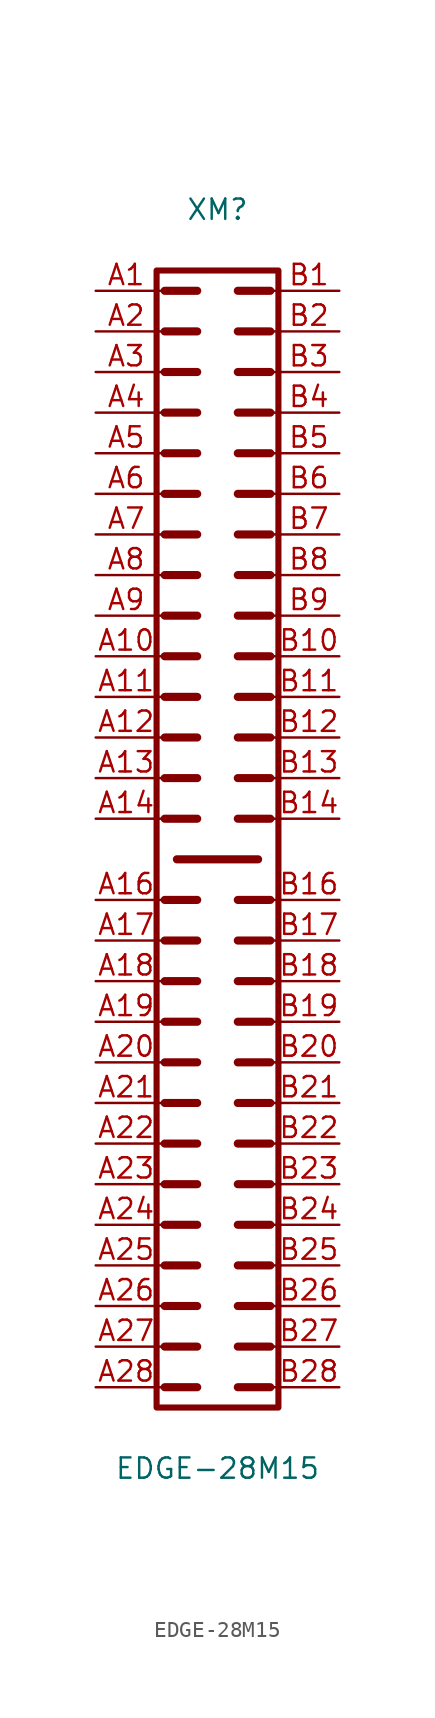
<source format=kicad_sym>
(kicad_symbol_lib
  (version 20231120)
  (generator "kicad_symbol_editor")
  (generator_version "8.0")
  (symbol "EDGE-28M15"
    (pin_names
      (offset 1.016))
    (property "Reference" "XM"
      (at 0 39.37 0)
      (effects (font (size 1.27 1.27))))
    (property "Value" "EDGE-28M15"
      (at 0 -39.37 0)
      (effects (font (size 1.27 1.27))))
    (symbol "EDGE-28M15_0_0"
      (polyline (pts (xy -2.54 -1.27) (xy 2.54 -1.27)) (stroke (width 0.508) (type default)) (fill (type none))))
    (symbol "EDGE-28M15_0_1"
      (rectangle (start -3.81 35.56) (end 3.81 -35.56) (stroke (width 0.381) (type default)) (fill (type none)))
      (polyline (pts (xy -3.81 -34.29) (xy -3.302 -34.29)) (stroke (width 0) (type default)) (fill (type none)))
      (polyline (pts (xy -3.81 -31.75) (xy -3.302 -31.75)) (stroke (width 0) (type default)) (fill (type none)))
      (polyline (pts (xy -3.81 -29.21) (xy -3.302 -29.21)) (stroke (width 0) (type default)) (fill (type none)))
      (polyline (pts (xy -3.81 -26.67) (xy -3.302 -26.67)) (stroke (width 0) (type default)) (fill (type none)))
      (polyline (pts (xy -3.81 -24.13) (xy -3.302 -24.13)) (stroke (width 0) (type default)) (fill (type none)))
      (polyline (pts (xy -3.81 -21.59) (xy -3.302 -21.59)) (stroke (width 0) (type default)) (fill (type none)))
      (polyline (pts (xy -3.81 -19.05) (xy -3.302 -19.05)) (stroke (width 0) (type default)) (fill (type none)))
      (polyline (pts (xy -3.81 -16.51) (xy -3.302 -16.51)) (stroke (width 0) (type default)) (fill (type none)))
      (polyline (pts (xy -3.81 -13.97) (xy -3.302 -13.97)) (stroke (width 0) (type default)) (fill (type none)))
      (polyline (pts (xy -3.81 -11.43) (xy -3.302 -11.43)) (stroke (width 0) (type default)) (fill (type none)))
      (polyline (pts (xy -3.81 -8.89) (xy -3.302 -8.89)) (stroke (width 0) (type default)) (fill (type none)))
      (polyline (pts (xy -3.81 -6.35) (xy -3.302 -6.35)) (stroke (width 0) (type default)) (fill (type none)))
      (polyline (pts (xy -3.81 -3.81) (xy -3.302 -3.81)) (stroke (width 0) (type default)) (fill (type none)))
      (polyline (pts (xy -3.81 1.27) (xy -3.302 1.27)) (stroke (width 0) (type default)) (fill (type none)))
      (polyline (pts (xy -3.81 3.81) (xy -3.302 3.81)) (stroke (width 0) (type default)) (fill (type none)))
      (polyline (pts (xy -3.81 6.35) (xy -3.302 6.35)) (stroke (width 0) (type default)) (fill (type none)))
      (polyline (pts (xy -3.81 8.89) (xy -3.302 8.89)) (stroke (width 0) (type default)) (fill (type none)))
      (polyline (pts (xy -3.81 11.43) (xy -3.302 11.43)) (stroke (width 0) (type default)) (fill (type none)))
      (polyline (pts (xy -3.81 13.97) (xy -3.302 13.97)) (stroke (width 0) (type default)) (fill (type none)))
      (polyline (pts (xy -3.81 16.51) (xy -3.302 16.51)) (stroke (width 0) (type default)) (fill (type none)))
      (polyline (pts (xy -3.81 19.05) (xy -3.302 19.05)) (stroke (width 0) (type default)) (fill (type none)))
      (polyline (pts (xy -3.81 21.59) (xy -3.302 21.59)) (stroke (width 0) (type default)) (fill (type none)))
      (polyline (pts (xy -3.81 24.13) (xy -3.302 24.13)) (stroke (width 0) (type default)) (fill (type none)))
      (polyline (pts (xy -3.81 26.67) (xy -3.302 26.67)) (stroke (width 0) (type default)) (fill (type none)))
      (polyline (pts (xy -3.81 29.21) (xy -3.302 29.21)) (stroke (width 0) (type default)) (fill (type none)))
      (polyline (pts (xy -3.81 31.75) (xy -3.302 31.75)) (stroke (width 0) (type default)) (fill (type none)))
      (polyline (pts (xy -3.81 34.29) (xy -3.302 34.29)) (stroke (width 0) (type default)) (fill (type none)))
      (polyline (pts (xy -3.302 -34.29) (xy -1.27 -34.29)) (stroke (width 0.508) (type default)) (fill (type none)))
      (polyline (pts (xy -3.302 -31.75) (xy -1.27 -31.75)) (stroke (width 0.508) (type default)) (fill (type none)))
      (polyline (pts (xy -3.302 -29.21) (xy -1.27 -29.21)) (stroke (width 0.508) (type default)) (fill (type none)))
      (polyline (pts (xy -3.302 -26.67) (xy -1.27 -26.67)) (stroke (width 0.508) (type default)) (fill (type none)))
      (polyline (pts (xy -3.302 -24.13) (xy -1.27 -24.13)) (stroke (width 0.508) (type default)) (fill (type none)))
      (polyline (pts (xy -3.302 -21.59) (xy -1.27 -21.59)) (stroke (width 0.508) (type default)) (fill (type none)))
      (polyline (pts (xy -3.302 -19.05) (xy -1.27 -19.05)) (stroke (width 0.508) (type default)) (fill (type none)))
      (polyline (pts (xy -3.302 -16.51) (xy -1.27 -16.51)) (stroke (width 0.508) (type default)) (fill (type none)))
      (polyline (pts (xy -3.302 -13.97) (xy -1.27 -13.97)) (stroke (width 0.508) (type default)) (fill (type none)))
      (polyline (pts (xy -3.302 -11.43) (xy -1.27 -11.43)) (stroke (width 0.508) (type default)) (fill (type none)))
      (polyline (pts (xy -3.302 -8.89) (xy -1.27 -8.89)) (stroke (width 0.508) (type default)) (fill (type none)))
      (polyline (pts (xy -3.302 -6.35) (xy -1.27 -6.35)) (stroke (width 0.508) (type default)) (fill (type none)))
      (polyline (pts (xy -3.302 -3.81) (xy -1.27 -3.81)) (stroke (width 0.508) (type default)) (fill (type none)))
      (polyline (pts (xy -3.302 1.27) (xy -1.27 1.27)) (stroke (width 0.508) (type default)) (fill (type none)))
      (polyline (pts (xy -3.302 3.81) (xy -1.27 3.81)) (stroke (width 0.508) (type default)) (fill (type none)))
      (polyline (pts (xy -3.302 6.35) (xy -1.27 6.35)) (stroke (width 0.508) (type default)) (fill (type none)))
      (polyline (pts (xy -3.302 8.89) (xy -1.27 8.89)) (stroke (width 0.508) (type default)) (fill (type none)))
      (polyline (pts (xy -3.302 11.43) (xy -1.27 11.43)) (stroke (width 0.508) (type default)) (fill (type none)))
      (polyline (pts (xy -3.302 13.97) (xy -1.27 13.97)) (stroke (width 0.508) (type default)) (fill (type none)))
      (polyline (pts (xy -3.302 16.51) (xy -1.27 16.51)) (stroke (width 0.508) (type default)) (fill (type none)))
      (polyline (pts (xy -3.302 19.05) (xy -1.27 19.05)) (stroke (width 0.508) (type default)) (fill (type none)))
      (polyline (pts (xy -3.302 21.59) (xy -1.27 21.59)) (stroke (width 0.508) (type default)) (fill (type none)))
      (polyline (pts (xy -3.302 24.13) (xy -1.27 24.13)) (stroke (width 0.508) (type default)) (fill (type none)))
      (polyline (pts (xy -3.302 26.67) (xy -1.27 26.67)) (stroke (width 0.508) (type default)) (fill (type none)))
      (polyline (pts (xy -3.302 29.21) (xy -1.27 29.21)) (stroke (width 0.508) (type default)) (fill (type none)))
      (polyline (pts (xy -3.302 31.75) (xy -1.27 31.75)) (stroke (width 0.508) (type default)) (fill (type none)))
      (polyline (pts (xy -3.302 34.29) (xy -1.27 34.29)) (stroke (width 0.508) (type default)) (fill (type none)))
      (polyline (pts (xy 3.302 -34.29) (xy 1.27 -34.29)) (stroke (width 0.508) (type default)) (fill (type none)))
      (polyline (pts (xy 3.302 -31.75) (xy 1.27 -31.75)) (stroke (width 0.508) (type default)) (fill (type none)))
      (polyline (pts (xy 3.302 -29.21) (xy 1.27 -29.21)) (stroke (width 0.508) (type default)) (fill (type none)))
      (polyline (pts (xy 3.302 -26.67) (xy 1.27 -26.67)) (stroke (width 0.508) (type default)) (fill (type none)))
      (polyline (pts (xy 3.302 -24.13) (xy 1.27 -24.13)) (stroke (width 0.508) (type default)) (fill (type none)))
      (polyline (pts (xy 3.302 -21.59) (xy 1.27 -21.59)) (stroke (width 0.508) (type default)) (fill (type none)))
      (polyline (pts (xy 3.302 -19.05) (xy 1.27 -19.05)) (stroke (width 0.508) (type default)) (fill (type none)))
      (polyline (pts (xy 3.302 -16.51) (xy 1.27 -16.51)) (stroke (width 0.508) (type default)) (fill (type none)))
      (polyline (pts (xy 3.302 -13.97) (xy 1.27 -13.97)) (stroke (width 0.508) (type default)) (fill (type none)))
      (polyline (pts (xy 3.302 -11.43) (xy 1.27 -11.43)) (stroke (width 0.508) (type default)) (fill (type none)))
      (polyline (pts (xy 3.302 -8.89) (xy 1.27 -8.89)) (stroke (width 0.508) (type default)) (fill (type none)))
      (polyline (pts (xy 3.302 -6.35) (xy 1.27 -6.35)) (stroke (width 0.508) (type default)) (fill (type none)))
      (polyline (pts (xy 3.302 -3.81) (xy 1.27 -3.81)) (stroke (width 0.508) (type default)) (fill (type none)))
      (polyline (pts (xy 3.302 1.27) (xy 1.27 1.27)) (stroke (width 0.508) (type default)) (fill (type none)))
      (polyline (pts (xy 3.302 3.81) (xy 1.27 3.81)) (stroke (width 0.508) (type default)) (fill (type none)))
      (polyline (pts (xy 3.302 6.35) (xy 1.27 6.35)) (stroke (width 0.508) (type default)) (fill (type none)))
      (polyline (pts (xy 3.302 8.89) (xy 1.27 8.89)) (stroke (width 0.508) (type default)) (fill (type none)))
      (polyline (pts (xy 3.302 11.43) (xy 1.27 11.43)) (stroke (width 0.508) (type default)) (fill (type none)))
      (polyline (pts (xy 3.302 13.97) (xy 1.27 13.97)) (stroke (width 0.508) (type default)) (fill (type none)))
      (polyline (pts (xy 3.302 16.51) (xy 1.27 16.51)) (stroke (width 0.508) (type default)) (fill (type none)))
      (polyline (pts (xy 3.302 19.05) (xy 1.27 19.05)) (stroke (width 0.508) (type default)) (fill (type none)))
      (polyline (pts (xy 3.302 21.59) (xy 1.27 21.59)) (stroke (width 0.508) (type default)) (fill (type none)))
      (polyline (pts (xy 3.302 24.13) (xy 1.27 24.13)) (stroke (width 0.508) (type default)) (fill (type none)))
      (polyline (pts (xy 3.302 26.67) (xy 1.27 26.67)) (stroke (width 0.508) (type default)) (fill (type none)))
      (polyline (pts (xy 3.302 29.21) (xy 1.27 29.21)) (stroke (width 0.508) (type default)) (fill (type none)))
      (polyline (pts (xy 3.302 31.75) (xy 1.27 31.75)) (stroke (width 0.508) (type default)) (fill (type none)))
      (polyline (pts (xy 3.302 34.29) (xy 1.27 34.29)) (stroke (width 0.508) (type default)) (fill (type none)))
      (polyline (pts (xy 3.81 -34.29) (xy 3.302 -34.29)) (stroke (width 0) (type default)) (fill (type none)))
      (polyline (pts (xy 3.81 -31.75) (xy 3.302 -31.75)) (stroke (width 0) (type default)) (fill (type none)))
      (polyline (pts (xy 3.81 -29.21) (xy 3.302 -29.21)) (stroke (width 0) (type default)) (fill (type none)))
      (polyline (pts (xy 3.81 -26.67) (xy 3.302 -26.67)) (stroke (width 0) (type default)) (fill (type none)))
      (polyline (pts (xy 3.81 -24.13) (xy 3.302 -24.13)) (stroke (width 0) (type default)) (fill (type none)))
      (polyline (pts (xy 3.81 -21.59) (xy 3.302 -21.59)) (stroke (width 0) (type default)) (fill (type none)))
      (polyline (pts (xy 3.81 -19.05) (xy 3.302 -19.05)) (stroke (width 0) (type default)) (fill (type none)))
      (polyline (pts (xy 3.81 -16.51) (xy 3.302 -16.51)) (stroke (width 0) (type default)) (fill (type none)))
      (polyline (pts (xy 3.81 -13.97) (xy 3.302 -13.97)) (stroke (width 0) (type default)) (fill (type none)))
      (polyline (pts (xy 3.81 -11.43) (xy 3.302 -11.43)) (stroke (width 0) (type default)) (fill (type none)))
      (polyline (pts (xy 3.81 -8.89) (xy 3.302 -8.89)) (stroke (width 0) (type default)) (fill (type none)))
      (polyline (pts (xy 3.81 -6.35) (xy 3.302 -6.35)) (stroke (width 0) (type default)) (fill (type none)))
      (polyline (pts (xy 3.81 -3.81) (xy 3.302 -3.81)) (stroke (width 0) (type default)) (fill (type none)))
      (polyline (pts (xy 3.81 1.27) (xy 3.302 1.27)) (stroke (width 0) (type default)) (fill (type none)))
      (polyline (pts (xy 3.81 3.81) (xy 3.302 3.81)) (stroke (width 0) (type default)) (fill (type none)))
      (polyline (pts (xy 3.81 6.35) (xy 3.302 6.35)) (stroke (width 0) (type default)) (fill (type none)))
      (polyline (pts (xy 3.81 8.89) (xy 3.302 8.89)) (stroke (width 0) (type default)) (fill (type none)))
      (polyline (pts (xy 3.81 11.43) (xy 3.302 11.43)) (stroke (width 0) (type default)) (fill (type none)))
      (polyline (pts (xy 3.81 13.97) (xy 3.302 13.97)) (stroke (width 0) (type default)) (fill (type none)))
      (polyline (pts (xy 3.81 16.51) (xy 3.302 16.51)) (stroke (width 0) (type default)) (fill (type none)))
      (polyline (pts (xy 3.81 19.05) (xy 3.302 19.05)) (stroke (width 0) (type default)) (fill (type none)))
      (polyline (pts (xy 3.81 21.59) (xy 3.302 21.59)) (stroke (width 0) (type default)) (fill (type none)))
      (polyline (pts (xy 3.81 24.13) (xy 3.302 24.13)) (stroke (width 0) (type default)) (fill (type none)))
      (polyline (pts (xy 3.81 26.67) (xy 3.302 26.67)) (stroke (width 0) (type default)) (fill (type none)))
      (polyline (pts (xy 3.81 29.21) (xy 3.302 29.21)) (stroke (width 0) (type default)) (fill (type none)))
      (polyline (pts (xy 3.81 31.75) (xy 3.302 31.75)) (stroke (width 0) (type default)) (fill (type none)))
      (polyline (pts (xy 3.81 34.29) (xy 3.302 34.29)) (stroke (width 0) (type default)) (fill (type none))))
    (symbol "EDGE-28M15_1_1"
      (pin passive line (at -7.62 34.29 0) (length 3.81) (name "~" (effects (font (size 1.27 1.27)))) (number "A1" (effects (font (size 1.27 1.27)))))
      (pin passive line (at -7.62 11.43 0) (length 3.81) (name "~" (effects (font (size 1.27 1.27)))) (number "A10" (effects (font (size 1.27 1.27)))))
      (pin passive line (at -7.62 8.89 0) (length 3.81) (name "~" (effects (font (size 1.27 1.27)))) (number "A11" (effects (font (size 1.27 1.27)))))
      (pin passive line (at -7.62 6.35 0) (length 3.81) (name "~" (effects (font (size 1.27 1.27)))) (number "A12" (effects (font (size 1.27 1.27)))))
      (pin passive line (at -7.62 3.81 0) (length 3.81) (name "~" (effects (font (size 1.27 1.27)))) (number "A13" (effects (font (size 1.27 1.27)))))
      (pin passive line (at -7.62 1.27 0) (length 3.81) (name "~" (effects (font (size 1.27 1.27)))) (number "A14" (effects (font (size 1.27 1.27)))))
      (pin passive line (at -7.62 -3.81 0) (length 3.81) (name "~" (effects (font (size 1.27 1.27)))) (number "A16" (effects (font (size 1.27 1.27)))))
      (pin passive line (at -7.62 -6.35 0) (length 3.81) (name "~" (effects (font (size 1.27 1.27)))) (number "A17" (effects (font (size 1.27 1.27)))))
      (pin passive line (at -7.62 -8.89 0) (length 3.81) (name "~" (effects (font (size 1.27 1.27)))) (number "A18" (effects (font (size 1.27 1.27)))))
      (pin passive line (at -7.62 -11.43 0) (length 3.81) (name "~" (effects (font (size 1.27 1.27)))) (number "A19" (effects (font (size 1.27 1.27)))))
      (pin passive line (at -7.62 31.75 0) (length 3.81) (name "~" (effects (font (size 1.27 1.27)))) (number "A2" (effects (font (size 1.27 1.27)))))
      (pin passive line (at -7.62 -13.97 0) (length 3.81) (name "~" (effects (font (size 1.27 1.27)))) (number "A20" (effects (font (size 1.27 1.27)))))
      (pin passive line (at -7.62 -16.51 0) (length 3.81) (name "~" (effects (font (size 1.27 1.27)))) (number "A21" (effects (font (size 1.27 1.27)))))
      (pin passive line (at -7.62 -19.05 0) (length 3.81) (name "~" (effects (font (size 1.27 1.27)))) (number "A22" (effects (font (size 1.27 1.27)))))
      (pin passive line (at -7.62 -21.59 0) (length 3.81) (name "~" (effects (font (size 1.27 1.27)))) (number "A23" (effects (font (size 1.27 1.27)))))
      (pin passive line (at -7.62 -24.13 0) (length 3.81) (name "~" (effects (font (size 1.27 1.27)))) (number "A24" (effects (font (size 1.27 1.27)))))
      (pin passive line (at -7.62 -26.67 0) (length 3.81) (name "~" (effects (font (size 1.27 1.27)))) (number "A25" (effects (font (size 1.27 1.27)))))
      (pin passive line (at -7.62 -29.21 0) (length 3.81) (name "~" (effects (font (size 1.27 1.27)))) (number "A26" (effects (font (size 1.27 1.27)))))
      (pin passive line (at -7.62 -31.75 0) (length 3.81) (name "~" (effects (font (size 1.27 1.27)))) (number "A27" (effects (font (size 1.27 1.27)))))
      (pin passive line (at -7.62 -34.29 0) (length 3.81) (name "~" (effects (font (size 1.27 1.27)))) (number "A28" (effects (font (size 1.27 1.27)))))
      (pin passive line (at -7.62 29.21 0) (length 3.81) (name "~" (effects (font (size 1.27 1.27)))) (number "A3" (effects (font (size 1.27 1.27)))))
      (pin passive line (at -7.62 26.67 0) (length 3.81) (name "~" (effects (font (size 1.27 1.27)))) (number "A4" (effects (font (size 1.27 1.27)))))
      (pin passive line (at -7.62 24.13 0) (length 3.81) (name "~" (effects (font (size 1.27 1.27)))) (number "A5" (effects (font (size 1.27 1.27)))))
      (pin passive line (at -7.62 21.59 0) (length 3.81) (name "~" (effects (font (size 1.27 1.27)))) (number "A6" (effects (font (size 1.27 1.27)))))
      (pin passive line (at -7.62 19.05 0) (length 3.81) (name "~" (effects (font (size 1.27 1.27)))) (number "A7" (effects (font (size 1.27 1.27)))))
      (pin passive line (at -7.62 16.51 0) (length 3.81) (name "~" (effects (font (size 1.27 1.27)))) (number "A8" (effects (font (size 1.27 1.27)))))
      (pin passive line (at -7.62 13.97 0) (length 3.81) (name "~" (effects (font (size 1.27 1.27)))) (number "A9" (effects (font (size 1.27 1.27)))))
      (pin passive line (at 7.62 34.29 180) (length 3.81) (name "~" (effects (font (size 1.27 1.27)))) (number "B1" (effects (font (size 1.27 1.27)))))
      (pin passive line (at 7.62 11.43 180) (length 3.81) (name "~" (effects (font (size 1.27 1.27)))) (number "B10" (effects (font (size 1.27 1.27)))))
      (pin passive line (at 7.62 8.89 180) (length 3.81) (name "~" (effects (font (size 1.27 1.27)))) (number "B11" (effects (font (size 1.27 1.27)))))
      (pin passive line (at 7.62 6.35 180) (length 3.81) (name "~" (effects (font (size 1.27 1.27)))) (number "B12" (effects (font (size 1.27 1.27)))))
      (pin passive line (at 7.62 3.81 180) (length 3.81) (name "~" (effects (font (size 1.27 1.27)))) (number "B13" (effects (font (size 1.27 1.27)))))
      (pin passive line (at 7.62 1.27 180) (length 3.81) (name "~" (effects (font (size 1.27 1.27)))) (number "B14" (effects (font (size 1.27 1.27)))))
      (pin passive line (at 7.62 -3.81 180) (length 3.81) (name "~" (effects (font (size 1.27 1.27)))) (number "B16" (effects (font (size 1.27 1.27)))))
      (pin passive line (at 7.62 -6.35 180) (length 3.81) (name "~" (effects (font (size 1.27 1.27)))) (number "B17" (effects (font (size 1.27 1.27)))))
      (pin passive line (at 7.62 -8.89 180) (length 3.81) (name "~" (effects (font (size 1.27 1.27)))) (number "B18" (effects (font (size 1.27 1.27)))))
      (pin passive line (at 7.62 -11.43 180) (length 3.81) (name "~" (effects (font (size 1.27 1.27)))) (number "B19" (effects (font (size 1.27 1.27)))))
      (pin passive line (at 7.62 31.75 180) (length 3.81) (name "~" (effects (font (size 1.27 1.27)))) (number "B2" (effects (font (size 1.27 1.27)))))
      (pin passive line (at 7.62 -13.97 180) (length 3.81) (name "~" (effects (font (size 1.27 1.27)))) (number "B20" (effects (font (size 1.27 1.27)))))
      (pin passive line (at 7.62 -16.51 180) (length 3.81) (name "~" (effects (font (size 1.27 1.27)))) (number "B21" (effects (font (size 1.27 1.27)))))
      (pin passive line (at 7.62 -19.05 180) (length 3.81) (name "~" (effects (font (size 1.27 1.27)))) (number "B22" (effects (font (size 1.27 1.27)))))
      (pin passive line (at 7.62 -21.59 180) (length 3.81) (name "~" (effects (font (size 1.27 1.27)))) (number "B23" (effects (font (size 1.27 1.27)))))
      (pin passive line (at 7.62 -24.13 180) (length 3.81) (name "~" (effects (font (size 1.27 1.27)))) (number "B24" (effects (font (size 1.27 1.27)))))
      (pin passive line (at 7.62 -26.67 180) (length 3.81) (name "~" (effects (font (size 1.27 1.27)))) (number "B25" (effects (font (size 1.27 1.27)))))
      (pin passive line (at 7.62 -29.21 180) (length 3.81) (name "~" (effects (font (size 1.27 1.27)))) (number "B26" (effects (font (size 1.27 1.27)))))
      (pin passive line (at 7.62 -31.75 180) (length 3.81) (name "~" (effects (font (size 1.27 1.27)))) (number "B27" (effects (font (size 1.27 1.27)))))
      (pin passive line (at 7.62 -34.29 180) (length 3.81) (name "~" (effects (font (size 1.27 1.27)))) (number "B28" (effects (font (size 1.27 1.27)))))
      (pin passive line (at 7.62 29.21 180) (length 3.81) (name "~" (effects (font (size 1.27 1.27)))) (number "B3" (effects (font (size 1.27 1.27)))))
      (pin passive line (at 7.62 26.67 180) (length 3.81) (name "~" (effects (font (size 1.27 1.27)))) (number "B4" (effects (font (size 1.27 1.27)))))
      (pin passive line (at 7.62 24.13 180) (length 3.81) (name "~" (effects (font (size 1.27 1.27)))) (number "B5" (effects (font (size 1.27 1.27)))))
      (pin passive line (at 7.62 21.59 180) (length 3.81) (name "~" (effects (font (size 1.27 1.27)))) (number "B6" (effects (font (size 1.27 1.27)))))
      (pin passive line (at 7.62 19.05 180) (length 3.81) (name "~" (effects (font (size 1.27 1.27)))) (number "B7" (effects (font (size 1.27 1.27)))))
      (pin passive line (at 7.62 16.51 180) (length 3.81) (name "~" (effects (font (size 1.27 1.27)))) (number "B8" (effects (font (size 1.27 1.27)))))
      (pin passive line (at 7.62 13.97 180) (length 3.81) (name "~" (effects (font (size 1.27 1.27)))) (number "B9" (effects (font (size 1.27 1.27))))))))
</source>
